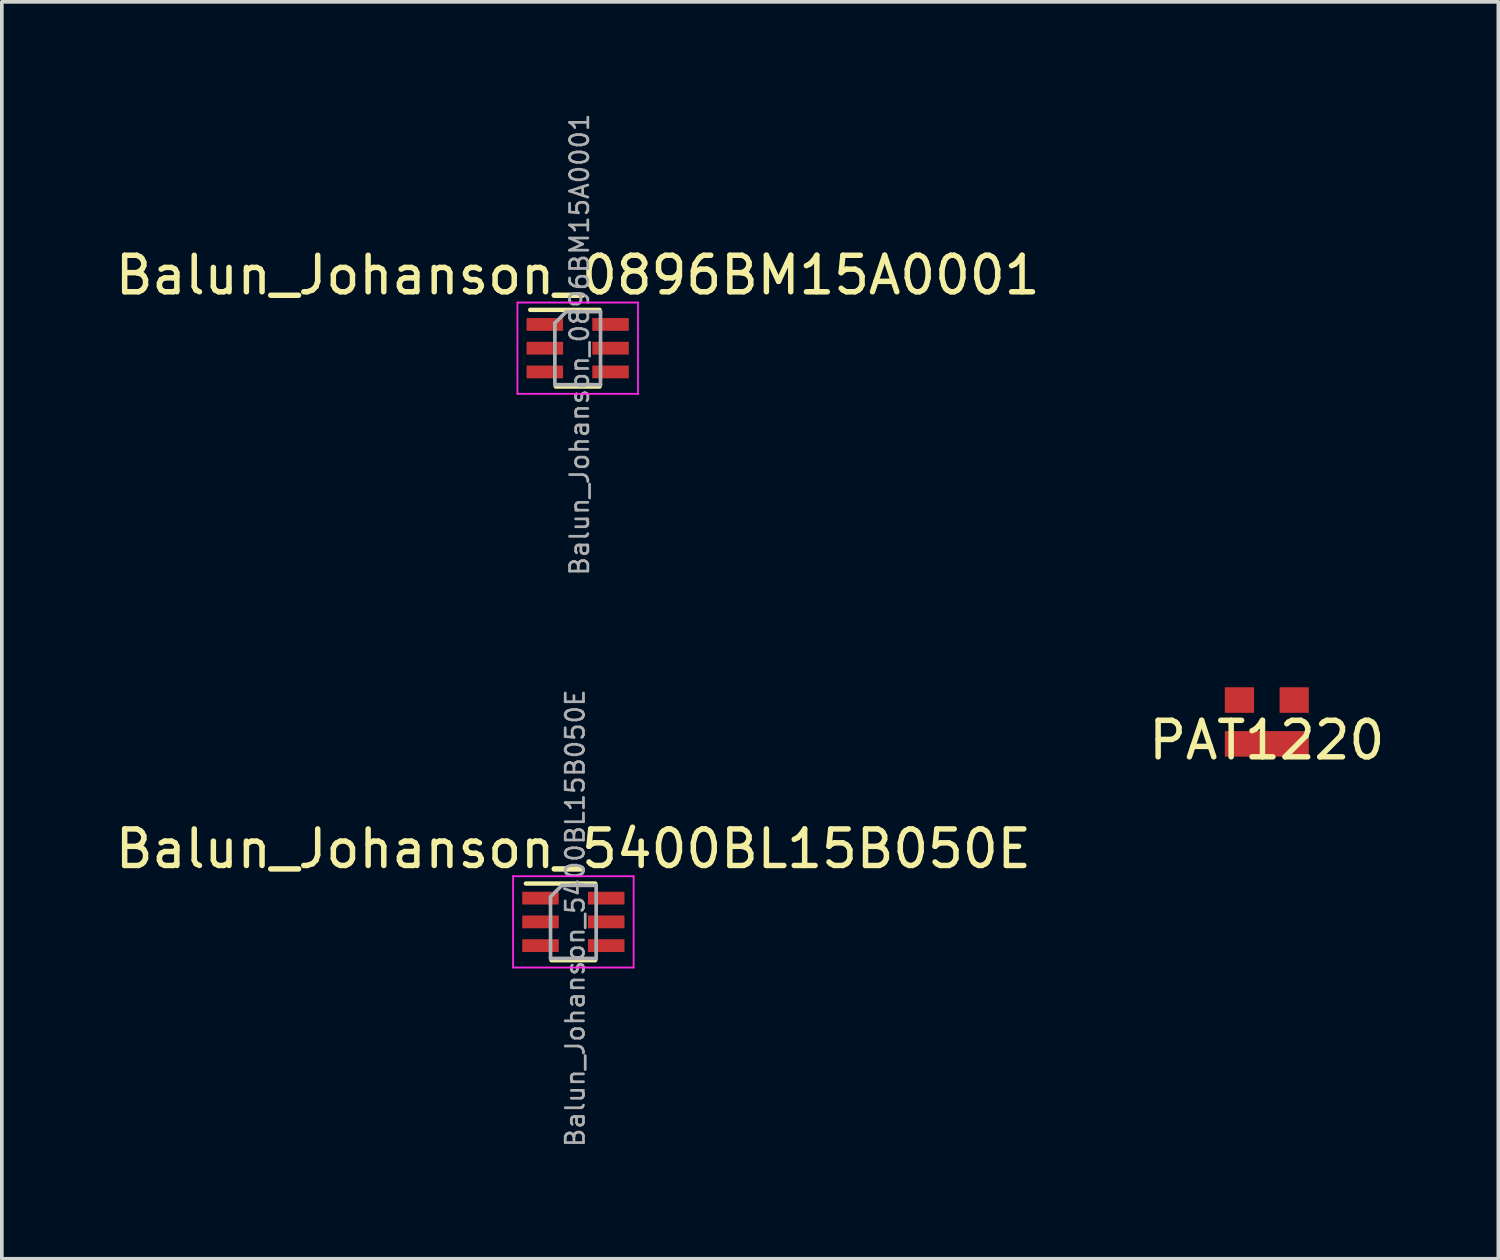
<source format=kicad_pcb>
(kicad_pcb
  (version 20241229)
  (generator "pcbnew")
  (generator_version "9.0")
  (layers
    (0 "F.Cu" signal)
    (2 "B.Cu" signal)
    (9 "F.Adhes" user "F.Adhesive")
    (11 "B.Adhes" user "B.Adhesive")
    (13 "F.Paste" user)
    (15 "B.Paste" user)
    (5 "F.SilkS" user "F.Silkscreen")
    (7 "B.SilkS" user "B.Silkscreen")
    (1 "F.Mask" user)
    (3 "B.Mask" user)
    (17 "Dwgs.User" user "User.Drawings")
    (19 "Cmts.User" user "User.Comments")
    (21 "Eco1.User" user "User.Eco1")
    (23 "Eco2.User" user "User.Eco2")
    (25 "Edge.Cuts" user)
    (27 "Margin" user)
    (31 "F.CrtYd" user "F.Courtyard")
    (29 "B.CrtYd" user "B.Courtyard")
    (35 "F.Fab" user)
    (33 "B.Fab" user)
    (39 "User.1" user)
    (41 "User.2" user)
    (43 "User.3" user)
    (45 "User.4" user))
  (footprint "Balun_Johanson_5400BL15B050E"
    (layer "F.Cu")
    (at 12.649 22.192)
    (property "Reference" "Balun_Johanson_5400BL15B050E" (at 0 -2 0) (layer "F.SilkS") (effects (font (size 1 1) (thickness 0.15))))
    (attr smd)
    (fp_line (start -1.3 -1.05) (end 0.6 -1.05) (stroke (width 0.12) (type solid)) (layer "F.SilkS"))
    (fp_line (start -0.6 1.05) (end 0.6 1.05) (stroke (width 0.12) (type solid)) (layer "F.SilkS"))
    (fp_line (start -1.65 -1.25) (end -1.65 1.25) (stroke (width 0.05) (type solid)) (layer "F.CrtYd"))
    (fp_line (start -1.65 1.25) (end 1.65 1.25) (stroke (width 0.05) (type solid)) (layer "F.CrtYd"))
    (fp_line (start 1.65 -1.25) (end -1.65 -1.25) (stroke (width 0.05) (type solid)) (layer "F.CrtYd"))
    (fp_line (start 1.65 1.25) (end 1.65 -1.25) (stroke (width 0.05) (type solid)) (layer "F.CrtYd"))
    (fp_line (start -0.625 1) (end -0.625 -0.688) (stroke (width 0.1) (type solid)) (layer "F.Fab"))
    (fp_line (start -0.312 -1) (end -0.625 -0.688) (stroke (width 0.1) (type solid)) (layer "F.Fab"))
    (fp_line (start -0.312 -1) (end 0.625 -1) (stroke (width 0.1) (type solid)) (layer "F.Fab"))
    (fp_line (start 0.625 -1) (end 0.625 1) (stroke (width 0.1) (type solid)) (layer "F.Fab"))
    (fp_line (start 0.625 1) (end -0.625 1) (stroke (width 0.1) (type solid)) (layer "F.Fab"))
    (fp_text user "${REFERENCE}" (at 0.05 -0.1 90) (layer "F.Fab") (effects (font (size 0.5 0.5) (thickness 0.075))))
    (pad "1" smd rect (at -0.9 -0.65) (size 1 0.35) (layers "F.Cu" "F.Mask" "F.Paste"))
    (pad "2" smd rect (at -0.9 0) (size 1 0.35) (layers "F.Cu" "F.Mask" "F.Paste"))
    (pad "3" smd rect (at -0.9 0.65) (size 1 0.35) (layers "F.Cu" "F.Mask" "F.Paste"))
    (pad "4" smd rect (at 0.9 0.65) (size 1 0.35) (layers "F.Cu" "F.Mask" "F.Paste"))
    (pad "5" smd rect (at 0.9 0) (size 1 0.35) (layers "F.Cu" "F.Mask" "F.Paste"))
    (pad "6" smd rect (at 0.9 -0.65) (size 1 0.35) (layers "F.Cu" "F.Mask" "F.Paste")))
  (footprint "PAT1220"
    (layer "F.Cu")
    (at 31.637 16.718)
    (property "Reference" "PAT1220" (at 0 0.5 0) (layer "F.SilkS") (effects (font (size 1 1) (thickness 0.15))))
    (attr smd)
    (pad "1" smd rect (at -0.75 -0.6) (size 0.8 0.7) (layers "F.Cu" "F.Mask" "F.Paste"))
    (pad "2" smd rect (at 0.75 -0.6) (size 0.8 0.7) (layers "F.Cu" "F.Mask" "F.Paste"))
    (pad "3" smd rect (at 0 0.6) (size 2.3 0.7) (layers "F.Cu" "F.Mask" "F.Paste")))
  (footprint "Balun_Johanson_0896BM15A0001"
    (layer "F.Cu")
    (at 12.768 6.484)
    (property "Reference" "Balun_Johanson_0896BM15A0001" (at 0 -2 0) (layer "F.SilkS") (effects (font (size 1 1) (thickness 0.15))))
    (attr smd)
    (fp_line (start -1.3 -1.05) (end 0.6 -1.05) (stroke (width 0.12) (type solid)) (layer "F.SilkS"))
    (fp_line (start -0.6 1.05) (end 0.6 1.05) (stroke (width 0.12) (type solid)) (layer "F.SilkS"))
    (fp_line (start -1.65 -1.25) (end -1.65 1.25) (stroke (width 0.05) (type solid)) (layer "F.CrtYd"))
    (fp_line (start -1.65 1.25) (end 1.65 1.25) (stroke (width 0.05) (type solid)) (layer "F.CrtYd"))
    (fp_line (start 1.65 -1.25) (end -1.65 -1.25) (stroke (width 0.05) (type solid)) (layer "F.CrtYd"))
    (fp_line (start 1.65 1.25) (end 1.65 -1.25) (stroke (width 0.05) (type solid)) (layer "F.CrtYd"))
    (fp_line (start -0.625 1) (end -0.625 -0.688) (stroke (width 0.1) (type solid)) (layer "F.Fab"))
    (fp_line (start -0.312 -1) (end -0.625 -0.688) (stroke (width 0.1) (type solid)) (layer "F.Fab"))
    (fp_line (start -0.312 -1) (end 0.625 -1) (stroke (width 0.1) (type solid)) (layer "F.Fab"))
    (fp_line (start 0.625 -1) (end 0.625 1) (stroke (width 0.1) (type solid)) (layer "F.Fab"))
    (fp_line (start 0.625 1) (end -0.625 1) (stroke (width 0.1) (type solid)) (layer "F.Fab"))
    (fp_text user "${REFERENCE}" (at 0.05 -0.1 90) (layer "F.Fab") (effects (font (size 0.5 0.5) (thickness 0.075))))
    (pad "1" smd rect (at -0.9 -0.65) (size 1 0.35) (layers "F.Cu" "F.Mask" "F.Paste"))
    (pad "2" smd rect (at -0.9 0) (size 1 0.35) (layers "F.Cu" "F.Mask" "F.Paste"))
    (pad "3" smd rect (at -0.9 0.65) (size 1 0.35) (layers "F.Cu" "F.Mask" "F.Paste"))
    (pad "4" smd rect (at 0.9 0.65) (size 1 0.35) (layers "F.Cu" "F.Mask" "F.Paste"))
    (pad "5" smd rect (at 0.9 0) (size 1 0.35) (layers "F.Cu" "F.Mask" "F.Paste"))
    (pad "6" smd rect (at 0.9 -0.65) (size 1 0.35) (layers "F.Cu" "F.Mask" "F.Paste")))
  (gr_rect
    (start -3 -3)
    (end 37.976 31.417)
    (stroke (width 0.1) (type default))
    (fill no)
    (layer "Edge.Cuts")))
</source>
